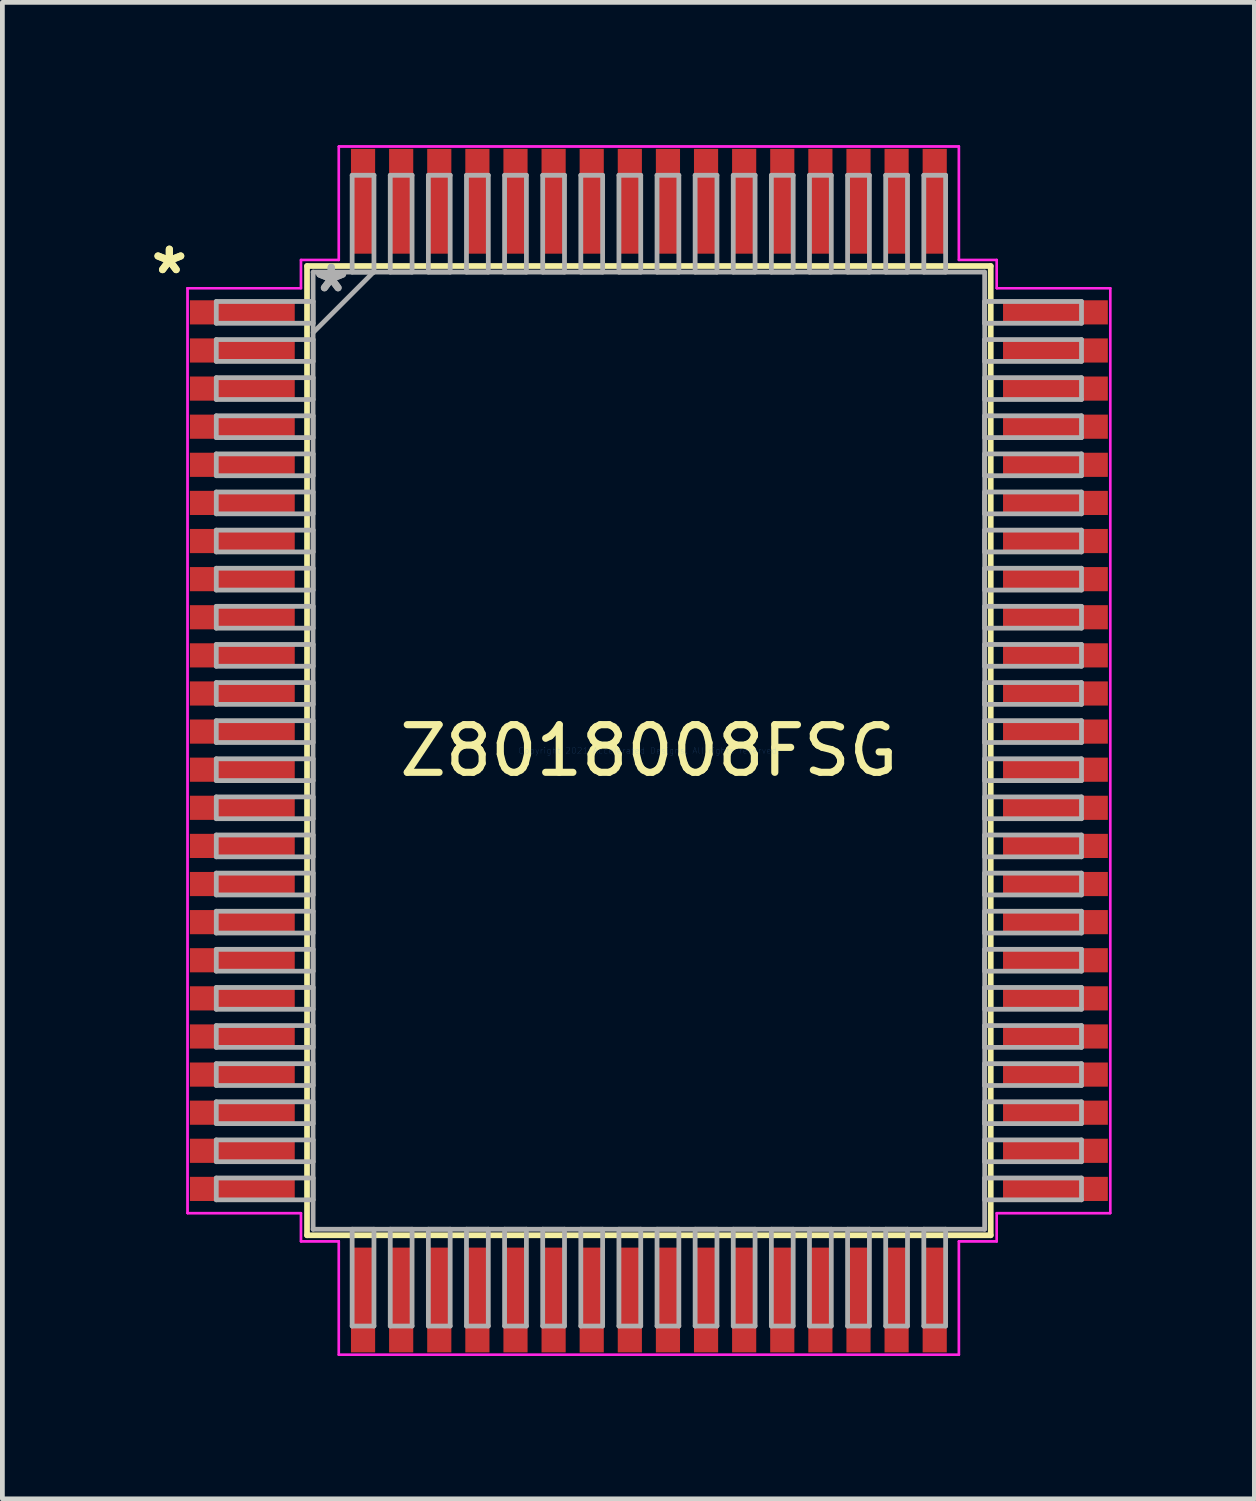
<source format=kicad_pcb>
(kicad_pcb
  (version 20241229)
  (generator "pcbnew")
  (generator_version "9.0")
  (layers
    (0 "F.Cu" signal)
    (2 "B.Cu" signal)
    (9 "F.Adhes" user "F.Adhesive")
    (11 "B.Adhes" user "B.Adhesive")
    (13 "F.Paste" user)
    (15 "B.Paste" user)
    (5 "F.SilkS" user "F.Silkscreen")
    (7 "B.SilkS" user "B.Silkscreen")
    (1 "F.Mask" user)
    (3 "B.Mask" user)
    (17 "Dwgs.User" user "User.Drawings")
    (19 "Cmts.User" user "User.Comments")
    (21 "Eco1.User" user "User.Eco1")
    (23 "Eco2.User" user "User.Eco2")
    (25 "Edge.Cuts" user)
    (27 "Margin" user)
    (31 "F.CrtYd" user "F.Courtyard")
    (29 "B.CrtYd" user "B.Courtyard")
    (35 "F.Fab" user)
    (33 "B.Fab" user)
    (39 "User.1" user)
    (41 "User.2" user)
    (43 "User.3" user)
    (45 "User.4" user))
  (footprint "Z8018008FSG"
    (layer "F.Cu")
    (at 10.571 12.707)
    (property "Reference" "Z8018008FSG" (at 0 0 0) (layer "F.SilkS") (effects (font (size 1 1) (thickness 0.15))))
    (attr through_hole)
    (fp_line (start -7.176 -10.173) (end -7.176 10.173) (stroke (width 0.12) (type solid)) (layer "F.SilkS"))
    (fp_line (start -7.176 10.173) (end 7.176 10.173) (stroke (width 0.12) (type solid)) (layer "F.SilkS"))
    (fp_line (start 7.176 -10.173) (end -7.176 -10.173) (stroke (width 0.12) (type solid)) (layer "F.SilkS"))
    (fp_line (start 7.176 10.173) (end 7.176 -10.173) (stroke (width 0.12) (type solid)) (layer "F.SilkS"))
    (fp_line (start -9.684 -9.708) (end -7.303 -9.708) (stroke (width 0.05) (type solid)) (layer "F.CrtYd"))
    (fp_line (start -9.684 -9.708) (end -7.303 -9.708) (stroke (width 0.05) (type solid)) (layer "F.CrtYd"))
    (fp_line (start -9.684 9.708) (end -9.684 -9.708) (stroke (width 0.05) (type solid)) (layer "F.CrtYd"))
    (fp_line (start -9.684 9.708) (end -9.684 -9.708) (stroke (width 0.05) (type solid)) (layer "F.CrtYd"))
    (fp_line (start -7.303 -10.3) (end -6.508 -10.3) (stroke (width 0.05) (type solid)) (layer "F.CrtYd"))
    (fp_line (start -7.303 -10.3) (end -6.508 -10.3) (stroke (width 0.05) (type solid)) (layer "F.CrtYd"))
    (fp_line (start -7.303 -9.708) (end -7.303 -10.3) (stroke (width 0.05) (type solid)) (layer "F.CrtYd"))
    (fp_line (start -7.303 -9.708) (end -7.303 -10.3) (stroke (width 0.05) (type solid)) (layer "F.CrtYd"))
    (fp_line (start -7.303 9.708) (end -9.684 9.708) (stroke (width 0.05) (type solid)) (layer "F.CrtYd"))
    (fp_line (start -7.303 9.708) (end -9.684 9.708) (stroke (width 0.05) (type solid)) (layer "F.CrtYd"))
    (fp_line (start -7.303 10.3) (end -7.303 9.708) (stroke (width 0.05) (type solid)) (layer "F.CrtYd"))
    (fp_line (start -7.303 10.3) (end -7.303 9.708) (stroke (width 0.05) (type solid)) (layer "F.CrtYd"))
    (fp_line (start -7.303 10.3) (end -6.508 10.3) (stroke (width 0.05) (type solid)) (layer "F.CrtYd"))
    (fp_line (start -6.508 -12.682) (end 6.508 -12.682) (stroke (width 0.05) (type solid)) (layer "F.CrtYd"))
    (fp_line (start -6.508 -12.682) (end 6.508 -12.682) (stroke (width 0.05) (type solid)) (layer "F.CrtYd"))
    (fp_line (start -6.508 -10.3) (end -6.508 -12.682) (stroke (width 0.05) (type solid)) (layer "F.CrtYd"))
    (fp_line (start -6.508 -10.3) (end -6.508 -12.682) (stroke (width 0.05) (type solid)) (layer "F.CrtYd"))
    (fp_line (start -6.508 10.3) (end -7.303 10.3) (stroke (width 0.05) (type solid)) (layer "F.CrtYd"))
    (fp_line (start -6.508 10.3) (end -6.508 12.682) (stroke (width 0.05) (type solid)) (layer "F.CrtYd"))
    (fp_line (start -6.508 12.682) (end -6.508 10.3) (stroke (width 0.05) (type solid)) (layer "F.CrtYd"))
    (fp_line (start -6.508 12.682) (end 6.508 12.682) (stroke (width 0.05) (type solid)) (layer "F.CrtYd"))
    (fp_line (start 6.508 -12.682) (end 6.508 -10.3) (stroke (width 0.05) (type solid)) (layer "F.CrtYd"))
    (fp_line (start 6.508 -12.682) (end 6.508 -10.3) (stroke (width 0.05) (type solid)) (layer "F.CrtYd"))
    (fp_line (start 6.508 -10.3) (end 7.303 -10.3) (stroke (width 0.05) (type solid)) (layer "F.CrtYd"))
    (fp_line (start 6.508 -10.3) (end 7.303 -10.3) (stroke (width 0.05) (type solid)) (layer "F.CrtYd"))
    (fp_line (start 6.508 10.3) (end 6.508 12.682) (stroke (width 0.05) (type solid)) (layer "F.CrtYd"))
    (fp_line (start 6.508 10.3) (end 7.303 10.3) (stroke (width 0.05) (type solid)) (layer "F.CrtYd"))
    (fp_line (start 6.508 12.682) (end -6.508 12.682) (stroke (width 0.05) (type solid)) (layer "F.CrtYd"))
    (fp_line (start 6.508 12.682) (end 6.508 10.3) (stroke (width 0.05) (type solid)) (layer "F.CrtYd"))
    (fp_line (start 7.303 -10.3) (end 7.303 -9.708) (stroke (width 0.05) (type solid)) (layer "F.CrtYd"))
    (fp_line (start 7.303 -9.708) (end 7.303 -10.3) (stroke (width 0.05) (type solid)) (layer "F.CrtYd"))
    (fp_line (start 7.303 -9.708) (end 9.684 -9.708) (stroke (width 0.05) (type solid)) (layer "F.CrtYd"))
    (fp_line (start 7.303 9.708) (end 7.303 10.3) (stroke (width 0.05) (type solid)) (layer "F.CrtYd"))
    (fp_line (start 7.303 9.708) (end 9.684 9.708) (stroke (width 0.05) (type solid)) (layer "F.CrtYd"))
    (fp_line (start 7.303 10.3) (end 6.508 10.3) (stroke (width 0.05) (type solid)) (layer "F.CrtYd"))
    (fp_line (start 7.303 10.3) (end 7.303 9.708) (stroke (width 0.05) (type solid)) (layer "F.CrtYd"))
    (fp_line (start 9.684 -9.708) (end 7.303 -9.708) (stroke (width 0.05) (type solid)) (layer "F.CrtYd"))
    (fp_line (start 9.684 -9.708) (end 9.684 9.708) (stroke (width 0.05) (type solid)) (layer "F.CrtYd"))
    (fp_line (start 9.684 9.708) (end 7.303 9.708) (stroke (width 0.05) (type solid)) (layer "F.CrtYd"))
    (fp_line (start 9.684 9.708) (end 9.684 -9.708) (stroke (width 0.05) (type solid)) (layer "F.CrtYd"))
    (fp_line (start -9.081 -9.429) (end -9.081 -8.971) (stroke (width 0.1) (type solid)) (layer "F.Fab"))
    (fp_line (start -9.081 -8.971) (end -7.048 -8.971) (stroke (width 0.1) (type solid)) (layer "F.Fab"))
    (fp_line (start -9.081 -8.629) (end -9.081 -8.171) (stroke (width 0.1) (type solid)) (layer "F.Fab"))
    (fp_line (start -9.081 -8.171) (end -7.048 -8.171) (stroke (width 0.1) (type solid)) (layer "F.Fab"))
    (fp_line (start -9.081 -7.829) (end -9.081 -7.371) (stroke (width 0.1) (type solid)) (layer "F.Fab"))
    (fp_line (start -9.081 -7.371) (end -7.048 -7.371) (stroke (width 0.1) (type solid)) (layer "F.Fab"))
    (fp_line (start -9.081 -7.029) (end -9.081 -6.571) (stroke (width 0.1) (type solid)) (layer "F.Fab"))
    (fp_line (start -9.081 -6.571) (end -7.048 -6.571) (stroke (width 0.1) (type solid)) (layer "F.Fab"))
    (fp_line (start -9.081 -6.229) (end -9.081 -5.771) (stroke (width 0.1) (type solid)) (layer "F.Fab"))
    (fp_line (start -9.081 -5.771) (end -7.048 -5.771) (stroke (width 0.1) (type solid)) (layer "F.Fab"))
    (fp_line (start -9.081 -5.429) (end -9.081 -4.971) (stroke (width 0.1) (type solid)) (layer "F.Fab"))
    (fp_line (start -9.081 -4.971) (end -7.048 -4.971) (stroke (width 0.1) (type solid)) (layer "F.Fab"))
    (fp_line (start -9.081 -4.629) (end -9.081 -4.171) (stroke (width 0.1) (type solid)) (layer "F.Fab"))
    (fp_line (start -9.081 -4.171) (end -7.048 -4.171) (stroke (width 0.1) (type solid)) (layer "F.Fab"))
    (fp_line (start -9.081 -3.829) (end -9.081 -3.371) (stroke (width 0.1) (type solid)) (layer "F.Fab"))
    (fp_line (start -9.081 -3.371) (end -7.048 -3.371) (stroke (width 0.1) (type solid)) (layer "F.Fab"))
    (fp_line (start -9.081 -3.029) (end -9.081 -2.571) (stroke (width 0.1) (type solid)) (layer "F.Fab"))
    (fp_line (start -9.081 -2.571) (end -7.048 -2.571) (stroke (width 0.1) (type solid)) (layer "F.Fab"))
    (fp_line (start -9.081 -2.229) (end -9.081 -1.771) (stroke (width 0.1) (type solid)) (layer "F.Fab"))
    (fp_line (start -9.081 -1.771) (end -7.048 -1.771) (stroke (width 0.1) (type solid)) (layer "F.Fab"))
    (fp_line (start -9.081 -1.429) (end -9.081 -0.971) (stroke (width 0.1) (type solid)) (layer "F.Fab"))
    (fp_line (start -9.081 -0.971) (end -7.048 -0.971) (stroke (width 0.1) (type solid)) (layer "F.Fab"))
    (fp_line (start -9.081 -0.629) (end -9.081 -0.171) (stroke (width 0.1) (type solid)) (layer "F.Fab"))
    (fp_line (start -9.081 -0.171) (end -7.048 -0.171) (stroke (width 0.1) (type solid)) (layer "F.Fab"))
    (fp_line (start -9.081 0.171) (end -9.081 0.629) (stroke (width 0.1) (type solid)) (layer "F.Fab"))
    (fp_line (start -9.081 0.629) (end -7.048 0.629) (stroke (width 0.1) (type solid)) (layer "F.Fab"))
    (fp_line (start -9.081 0.971) (end -9.081 1.429) (stroke (width 0.1) (type solid)) (layer "F.Fab"))
    (fp_line (start -9.081 1.429) (end -7.048 1.429) (stroke (width 0.1) (type solid)) (layer "F.Fab"))
    (fp_line (start -9.081 1.771) (end -9.081 2.229) (stroke (width 0.1) (type solid)) (layer "F.Fab"))
    (fp_line (start -9.081 2.229) (end -7.048 2.229) (stroke (width 0.1) (type solid)) (layer "F.Fab"))
    (fp_line (start -9.081 2.571) (end -9.081 3.029) (stroke (width 0.1) (type solid)) (layer "F.Fab"))
    (fp_line (start -9.081 3.029) (end -7.048 3.029) (stroke (width 0.1) (type solid)) (layer "F.Fab"))
    (fp_line (start -9.081 3.371) (end -9.081 3.829) (stroke (width 0.1) (type solid)) (layer "F.Fab"))
    (fp_line (start -9.081 3.829) (end -7.048 3.829) (stroke (width 0.1) (type solid)) (layer "F.Fab"))
    (fp_line (start -9.081 4.171) (end -9.081 4.629) (stroke (width 0.1) (type solid)) (layer "F.Fab"))
    (fp_line (start -9.081 4.629) (end -7.048 4.629) (stroke (width 0.1) (type solid)) (layer "F.Fab"))
    (fp_line (start -9.081 4.971) (end -9.081 5.429) (stroke (width 0.1) (type solid)) (layer "F.Fab"))
    (fp_line (start -9.081 5.429) (end -7.048 5.429) (stroke (width 0.1) (type solid)) (layer "F.Fab"))
    (fp_line (start -9.081 5.771) (end -9.081 6.229) (stroke (width 0.1) (type solid)) (layer "F.Fab"))
    (fp_line (start -9.081 6.229) (end -7.048 6.229) (stroke (width 0.1) (type solid)) (layer "F.Fab"))
    (fp_line (start -9.081 6.571) (end -9.081 7.029) (stroke (width 0.1) (type solid)) (layer "F.Fab"))
    (fp_line (start -9.081 7.029) (end -7.048 7.029) (stroke (width 0.1) (type solid)) (layer "F.Fab"))
    (fp_line (start -9.081 7.371) (end -9.081 7.829) (stroke (width 0.1) (type solid)) (layer "F.Fab"))
    (fp_line (start -9.081 7.829) (end -7.048 7.829) (stroke (width 0.1) (type solid)) (layer "F.Fab"))
    (fp_line (start -9.081 8.171) (end -9.081 8.629) (stroke (width 0.1) (type solid)) (layer "F.Fab"))
    (fp_line (start -9.081 8.629) (end -7.048 8.629) (stroke (width 0.1) (type solid)) (layer "F.Fab"))
    (fp_line (start -9.081 8.971) (end -9.081 9.429) (stroke (width 0.1) (type solid)) (layer "F.Fab"))
    (fp_line (start -9.081 9.429) (end -7.048 9.429) (stroke (width 0.1) (type solid)) (layer "F.Fab"))
    (fp_line (start -7.048 -10.046) (end -7.048 10.046) (stroke (width 0.1) (type solid)) (layer "F.Fab"))
    (fp_line (start -7.048 -9.429) (end -9.081 -9.429) (stroke (width 0.1) (type solid)) (layer "F.Fab"))
    (fp_line (start -7.048 -8.971) (end -7.048 -9.429) (stroke (width 0.1) (type solid)) (layer "F.Fab"))
    (fp_line (start -7.048 -8.776) (end -5.779 -10.046) (stroke (width 0.1) (type solid)) (layer "F.Fab"))
    (fp_line (start -7.048 -8.629) (end -9.081 -8.629) (stroke (width 0.1) (type solid)) (layer "F.Fab"))
    (fp_line (start -7.048 -8.171) (end -7.048 -8.629) (stroke (width 0.1) (type solid)) (layer "F.Fab"))
    (fp_line (start -7.048 -7.829) (end -9.081 -7.829) (stroke (width 0.1) (type solid)) (layer "F.Fab"))
    (fp_line (start -7.048 -7.371) (end -7.048 -7.829) (stroke (width 0.1) (type solid)) (layer "F.Fab"))
    (fp_line (start -7.048 -7.029) (end -9.081 -7.029) (stroke (width 0.1) (type solid)) (layer "F.Fab"))
    (fp_line (start -7.048 -6.571) (end -7.048 -7.029) (stroke (width 0.1) (type solid)) (layer "F.Fab"))
    (fp_line (start -7.048 -6.229) (end -9.081 -6.229) (stroke (width 0.1) (type solid)) (layer "F.Fab"))
    (fp_line (start -7.048 -5.771) (end -7.048 -6.229) (stroke (width 0.1) (type solid)) (layer "F.Fab"))
    (fp_line (start -7.048 -5.429) (end -9.081 -5.429) (stroke (width 0.1) (type solid)) (layer "F.Fab"))
    (fp_line (start -7.048 -4.971) (end -7.048 -5.429) (stroke (width 0.1) (type solid)) (layer "F.Fab"))
    (fp_line (start -7.048 -4.629) (end -9.081 -4.629) (stroke (width 0.1) (type solid)) (layer "F.Fab"))
    (fp_line (start -7.048 -4.171) (end -7.048 -4.629) (stroke (width 0.1) (type solid)) (layer "F.Fab"))
    (fp_line (start -7.048 -3.829) (end -9.081 -3.829) (stroke (width 0.1) (type solid)) (layer "F.Fab"))
    (fp_line (start -7.048 -3.371) (end -7.048 -3.829) (stroke (width 0.1) (type solid)) (layer "F.Fab"))
    (fp_line (start -7.048 -3.029) (end -9.081 -3.029) (stroke (width 0.1) (type solid)) (layer "F.Fab"))
    (fp_line (start -7.048 -2.571) (end -7.048 -3.029) (stroke (width 0.1) (type solid)) (layer "F.Fab"))
    (fp_line (start -7.048 -2.229) (end -9.081 -2.229) (stroke (width 0.1) (type solid)) (layer "F.Fab"))
    (fp_line (start -7.048 -1.771) (end -7.048 -2.229) (stroke (width 0.1) (type solid)) (layer "F.Fab"))
    (fp_line (start -7.048 -1.429) (end -9.081 -1.429) (stroke (width 0.1) (type solid)) (layer "F.Fab"))
    (fp_line (start -7.048 -0.971) (end -7.048 -1.429) (stroke (width 0.1) (type solid)) (layer "F.Fab"))
    (fp_line (start -7.048 -0.629) (end -9.081 -0.629) (stroke (width 0.1) (type solid)) (layer "F.Fab"))
    (fp_line (start -7.048 -0.171) (end -7.048 -0.629) (stroke (width 0.1) (type solid)) (layer "F.Fab"))
    (fp_line (start -7.048 0.171) (end -9.081 0.171) (stroke (width 0.1) (type solid)) (layer "F.Fab"))
    (fp_line (start -7.048 0.629) (end -7.048 0.171) (stroke (width 0.1) (type solid)) (layer "F.Fab"))
    (fp_line (start -7.048 0.971) (end -9.081 0.971) (stroke (width 0.1) (type solid)) (layer "F.Fab"))
    (fp_line (start -7.048 1.429) (end -7.048 0.971) (stroke (width 0.1) (type solid)) (layer "F.Fab"))
    (fp_line (start -7.048 1.771) (end -9.081 1.771) (stroke (width 0.1) (type solid)) (layer "F.Fab"))
    (fp_line (start -7.048 2.229) (end -7.048 1.771) (stroke (width 0.1) (type solid)) (layer "F.Fab"))
    (fp_line (start -7.048 2.571) (end -9.081 2.571) (stroke (width 0.1) (type solid)) (layer "F.Fab"))
    (fp_line (start -7.048 3.029) (end -7.048 2.571) (stroke (width 0.1) (type solid)) (layer "F.Fab"))
    (fp_line (start -7.048 3.371) (end -9.081 3.371) (stroke (width 0.1) (type solid)) (layer "F.Fab"))
    (fp_line (start -7.048 3.829) (end -7.048 3.371) (stroke (width 0.1) (type solid)) (layer "F.Fab"))
    (fp_line (start -7.048 4.171) (end -9.081 4.171) (stroke (width 0.1) (type solid)) (layer "F.Fab"))
    (fp_line (start -7.048 4.629) (end -7.048 4.171) (stroke (width 0.1) (type solid)) (layer "F.Fab"))
    (fp_line (start -7.048 4.971) (end -9.081 4.971) (stroke (width 0.1) (type solid)) (layer "F.Fab"))
    (fp_line (start -7.048 5.429) (end -7.048 4.971) (stroke (width 0.1) (type solid)) (layer "F.Fab"))
    (fp_line (start -7.048 5.771) (end -9.081 5.771) (stroke (width 0.1) (type solid)) (layer "F.Fab"))
    (fp_line (start -7.048 6.229) (end -7.048 5.771) (stroke (width 0.1) (type solid)) (layer "F.Fab"))
    (fp_line (start -7.048 6.571) (end -9.081 6.571) (stroke (width 0.1) (type solid)) (layer "F.Fab"))
    (fp_line (start -7.048 7.029) (end -7.048 6.571) (stroke (width 0.1) (type solid)) (layer "F.Fab"))
    (fp_line (start -7.048 7.371) (end -9.081 7.371) (stroke (width 0.1) (type solid)) (layer "F.Fab"))
    (fp_line (start -7.048 7.829) (end -7.048 7.371) (stroke (width 0.1) (type solid)) (layer "F.Fab"))
    (fp_line (start -7.048 8.171) (end -9.081 8.171) (stroke (width 0.1) (type solid)) (layer "F.Fab"))
    (fp_line (start -7.048 8.629) (end -7.048 8.171) (stroke (width 0.1) (type solid)) (layer "F.Fab"))
    (fp_line (start -7.048 8.971) (end -9.081 8.971) (stroke (width 0.1) (type solid)) (layer "F.Fab"))
    (fp_line (start -7.048 9.429) (end -7.048 8.971) (stroke (width 0.1) (type solid)) (layer "F.Fab"))
    (fp_line (start -7.048 10.046) (end 7.048 10.046) (stroke (width 0.1) (type solid)) (layer "F.Fab"))
    (fp_line (start -6.229 -12.078) (end -6.229 -10.046) (stroke (width 0.1) (type solid)) (layer "F.Fab"))
    (fp_line (start -6.229 -10.046) (end -5.771 -10.046) (stroke (width 0.1) (type solid)) (layer "F.Fab"))
    (fp_line (start -6.229 10.046) (end -6.229 12.078) (stroke (width 0.1) (type solid)) (layer "F.Fab"))
    (fp_line (start -6.229 12.078) (end -5.771 12.078) (stroke (width 0.1) (type solid)) (layer "F.Fab"))
    (fp_line (start -5.771 -12.078) (end -6.229 -12.078) (stroke (width 0.1) (type solid)) (layer "F.Fab"))
    (fp_line (start -5.771 -10.046) (end -5.771 -12.078) (stroke (width 0.1) (type solid)) (layer "F.Fab"))
    (fp_line (start -5.771 10.046) (end -6.229 10.046) (stroke (width 0.1) (type solid)) (layer "F.Fab"))
    (fp_line (start -5.771 12.078) (end -5.771 10.046) (stroke (width 0.1) (type solid)) (layer "F.Fab"))
    (fp_line (start -5.429 -12.078) (end -5.429 -10.046) (stroke (width 0.1) (type solid)) (layer "F.Fab"))
    (fp_line (start -5.429 -10.046) (end -4.971 -10.046) (stroke (width 0.1) (type solid)) (layer "F.Fab"))
    (fp_line (start -5.429 10.046) (end -5.429 12.078) (stroke (width 0.1) (type solid)) (layer "F.Fab"))
    (fp_line (start -5.429 12.078) (end -4.971 12.078) (stroke (width 0.1) (type solid)) (layer "F.Fab"))
    (fp_line (start -4.971 -12.078) (end -5.429 -12.078) (stroke (width 0.1) (type solid)) (layer "F.Fab"))
    (fp_line (start -4.971 -10.046) (end -4.971 -12.078) (stroke (width 0.1) (type solid)) (layer "F.Fab"))
    (fp_line (start -4.971 10.046) (end -5.429 10.046) (stroke (width 0.1) (type solid)) (layer "F.Fab"))
    (fp_line (start -4.971 12.078) (end -4.971 10.046) (stroke (width 0.1) (type solid)) (layer "F.Fab"))
    (fp_line (start -4.629 -12.078) (end -4.629 -10.046) (stroke (width 0.1) (type solid)) (layer "F.Fab"))
    (fp_line (start -4.629 -10.046) (end -4.171 -10.046) (stroke (width 0.1) (type solid)) (layer "F.Fab"))
    (fp_line (start -4.629 10.046) (end -4.629 12.078) (stroke (width 0.1) (type solid)) (layer "F.Fab"))
    (fp_line (start -4.629 12.078) (end -4.171 12.078) (stroke (width 0.1) (type solid)) (layer "F.Fab"))
    (fp_line (start -4.171 -12.078) (end -4.629 -12.078) (stroke (width 0.1) (type solid)) (layer "F.Fab"))
    (fp_line (start -4.171 -10.046) (end -4.171 -12.078) (stroke (width 0.1) (type solid)) (layer "F.Fab"))
    (fp_line (start -4.171 10.046) (end -4.629 10.046) (stroke (width 0.1) (type solid)) (layer "F.Fab"))
    (fp_line (start -4.171 12.078) (end -4.171 10.046) (stroke (width 0.1) (type solid)) (layer "F.Fab"))
    (fp_line (start -3.829 -12.078) (end -3.829 -10.046) (stroke (width 0.1) (type solid)) (layer "F.Fab"))
    (fp_line (start -3.829 -10.046) (end -3.371 -10.046) (stroke (width 0.1) (type solid)) (layer "F.Fab"))
    (fp_line (start -3.829 10.046) (end -3.829 12.078) (stroke (width 0.1) (type solid)) (layer "F.Fab"))
    (fp_line (start -3.829 12.078) (end -3.371 12.078) (stroke (width 0.1) (type solid)) (layer "F.Fab"))
    (fp_line (start -3.371 -12.078) (end -3.829 -12.078) (stroke (width 0.1) (type solid)) (layer "F.Fab"))
    (fp_line (start -3.371 -10.046) (end -3.371 -12.078) (stroke (width 0.1) (type solid)) (layer "F.Fab"))
    (fp_line (start -3.371 10.046) (end -3.829 10.046) (stroke (width 0.1) (type solid)) (layer "F.Fab"))
    (fp_line (start -3.371 12.078) (end -3.371 10.046) (stroke (width 0.1) (type solid)) (layer "F.Fab"))
    (fp_line (start -3.029 -12.078) (end -3.029 -10.046) (stroke (width 0.1) (type solid)) (layer "F.Fab"))
    (fp_line (start -3.029 -10.046) (end -2.571 -10.046) (stroke (width 0.1) (type solid)) (layer "F.Fab"))
    (fp_line (start -3.029 10.046) (end -3.029 12.078) (stroke (width 0.1) (type solid)) (layer "F.Fab"))
    (fp_line (start -3.029 12.078) (end -2.571 12.078) (stroke (width 0.1) (type solid)) (layer "F.Fab"))
    (fp_line (start -2.571 -12.078) (end -3.029 -12.078) (stroke (width 0.1) (type solid)) (layer "F.Fab"))
    (fp_line (start -2.571 -10.046) (end -2.571 -12.078) (stroke (width 0.1) (type solid)) (layer "F.Fab"))
    (fp_line (start -2.571 10.046) (end -3.029 10.046) (stroke (width 0.1) (type solid)) (layer "F.Fab"))
    (fp_line (start -2.571 12.078) (end -2.571 10.046) (stroke (width 0.1) (type solid)) (layer "F.Fab"))
    (fp_line (start -2.229 -12.078) (end -2.229 -10.046) (stroke (width 0.1) (type solid)) (layer "F.Fab"))
    (fp_line (start -2.229 -10.046) (end -1.771 -10.046) (stroke (width 0.1) (type solid)) (layer "F.Fab"))
    (fp_line (start -2.229 10.046) (end -2.229 12.078) (stroke (width 0.1) (type solid)) (layer "F.Fab"))
    (fp_line (start -2.229 12.078) (end -1.771 12.078) (stroke (width 0.1) (type solid)) (layer "F.Fab"))
    (fp_line (start -1.771 -12.078) (end -2.229 -12.078) (stroke (width 0.1) (type solid)) (layer "F.Fab"))
    (fp_line (start -1.771 -10.046) (end -1.771 -12.078) (stroke (width 0.1) (type solid)) (layer "F.Fab"))
    (fp_line (start -1.771 10.046) (end -2.229 10.046) (stroke (width 0.1) (type solid)) (layer "F.Fab"))
    (fp_line (start -1.771 12.078) (end -1.771 10.046) (stroke (width 0.1) (type solid)) (layer "F.Fab"))
    (fp_line (start -1.429 -12.078) (end -1.429 -10.046) (stroke (width 0.1) (type solid)) (layer "F.Fab"))
    (fp_line (start -1.429 -10.046) (end -0.971 -10.046) (stroke (width 0.1) (type solid)) (layer "F.Fab"))
    (fp_line (start -1.429 10.046) (end -1.429 12.078) (stroke (width 0.1) (type solid)) (layer "F.Fab"))
    (fp_line (start -1.429 12.078) (end -0.971 12.078) (stroke (width 0.1) (type solid)) (layer "F.Fab"))
    (fp_line (start -0.971 -12.078) (end -1.429 -12.078) (stroke (width 0.1) (type solid)) (layer "F.Fab"))
    (fp_line (start -0.971 -10.046) (end -0.971 -12.078) (stroke (width 0.1) (type solid)) (layer "F.Fab"))
    (fp_line (start -0.971 10.046) (end -1.429 10.046) (stroke (width 0.1) (type solid)) (layer "F.Fab"))
    (fp_line (start -0.971 12.078) (end -0.971 10.046) (stroke (width 0.1) (type solid)) (layer "F.Fab"))
    (fp_line (start -0.629 -12.078) (end -0.629 -10.046) (stroke (width 0.1) (type solid)) (layer "F.Fab"))
    (fp_line (start -0.629 -10.046) (end -0.171 -10.046) (stroke (width 0.1) (type solid)) (layer "F.Fab"))
    (fp_line (start -0.629 10.046) (end -0.629 12.078) (stroke (width 0.1) (type solid)) (layer "F.Fab"))
    (fp_line (start -0.629 12.078) (end -0.171 12.078) (stroke (width 0.1) (type solid)) (layer "F.Fab"))
    (fp_line (start -0.171 -12.078) (end -0.629 -12.078) (stroke (width 0.1) (type solid)) (layer "F.Fab"))
    (fp_line (start -0.171 -10.046) (end -0.171 -12.078) (stroke (width 0.1) (type solid)) (layer "F.Fab"))
    (fp_line (start -0.171 10.046) (end -0.629 10.046) (stroke (width 0.1) (type solid)) (layer "F.Fab"))
    (fp_line (start -0.171 12.078) (end -0.171 10.046) (stroke (width 0.1) (type solid)) (layer "F.Fab"))
    (fp_line (start 0.171 -12.078) (end 0.171 -10.046) (stroke (width 0.1) (type solid)) (layer "F.Fab"))
    (fp_line (start 0.171 -10.046) (end 0.629 -10.046) (stroke (width 0.1) (type solid)) (layer "F.Fab"))
    (fp_line (start 0.171 10.046) (end 0.171 12.078) (stroke (width 0.1) (type solid)) (layer "F.Fab"))
    (fp_line (start 0.171 12.078) (end 0.629 12.078) (stroke (width 0.1) (type solid)) (layer "F.Fab"))
    (fp_line (start 0.629 -12.078) (end 0.171 -12.078) (stroke (width 0.1) (type solid)) (layer "F.Fab"))
    (fp_line (start 0.629 -10.046) (end 0.629 -12.078) (stroke (width 0.1) (type solid)) (layer "F.Fab"))
    (fp_line (start 0.629 10.046) (end 0.171 10.046) (stroke (width 0.1) (type solid)) (layer "F.Fab"))
    (fp_line (start 0.629 12.078) (end 0.629 10.046) (stroke (width 0.1) (type solid)) (layer "F.Fab"))
    (fp_line (start 0.971 -12.078) (end 0.971 -10.046) (stroke (width 0.1) (type solid)) (layer "F.Fab"))
    (fp_line (start 0.971 -10.046) (end 1.429 -10.046) (stroke (width 0.1) (type solid)) (layer "F.Fab"))
    (fp_line (start 0.971 10.046) (end 0.971 12.078) (stroke (width 0.1) (type solid)) (layer "F.Fab"))
    (fp_line (start 0.971 12.078) (end 1.429 12.078) (stroke (width 0.1) (type solid)) (layer "F.Fab"))
    (fp_line (start 1.429 -12.078) (end 0.971 -12.078) (stroke (width 0.1) (type solid)) (layer "F.Fab"))
    (fp_line (start 1.429 -10.046) (end 1.429 -12.078) (stroke (width 0.1) (type solid)) (layer "F.Fab"))
    (fp_line (start 1.429 10.046) (end 0.971 10.046) (stroke (width 0.1) (type solid)) (layer "F.Fab"))
    (fp_line (start 1.429 12.078) (end 1.429 10.046) (stroke (width 0.1) (type solid)) (layer "F.Fab"))
    (fp_line (start 1.771 -12.078) (end 1.771 -10.046) (stroke (width 0.1) (type solid)) (layer "F.Fab"))
    (fp_line (start 1.771 -10.046) (end 2.229 -10.046) (stroke (width 0.1) (type solid)) (layer "F.Fab"))
    (fp_line (start 1.771 10.046) (end 1.771 12.078) (stroke (width 0.1) (type solid)) (layer "F.Fab"))
    (fp_line (start 1.771 12.078) (end 2.229 12.078) (stroke (width 0.1) (type solid)) (layer "F.Fab"))
    (fp_line (start 2.229 -12.078) (end 1.771 -12.078) (stroke (width 0.1) (type solid)) (layer "F.Fab"))
    (fp_line (start 2.229 -10.046) (end 2.229 -12.078) (stroke (width 0.1) (type solid)) (layer "F.Fab"))
    (fp_line (start 2.229 10.046) (end 1.771 10.046) (stroke (width 0.1) (type solid)) (layer "F.Fab"))
    (fp_line (start 2.229 12.078) (end 2.229 10.046) (stroke (width 0.1) (type solid)) (layer "F.Fab"))
    (fp_line (start 2.571 -12.078) (end 2.571 -10.046) (stroke (width 0.1) (type solid)) (layer "F.Fab"))
    (fp_line (start 2.571 -10.046) (end 3.029 -10.046) (stroke (width 0.1) (type solid)) (layer "F.Fab"))
    (fp_line (start 2.571 10.046) (end 2.571 12.078) (stroke (width 0.1) (type solid)) (layer "F.Fab"))
    (fp_line (start 2.571 12.078) (end 3.029 12.078) (stroke (width 0.1) (type solid)) (layer "F.Fab"))
    (fp_line (start 3.029 -12.078) (end 2.571 -12.078) (stroke (width 0.1) (type solid)) (layer "F.Fab"))
    (fp_line (start 3.029 -10.046) (end 3.029 -12.078) (stroke (width 0.1) (type solid)) (layer "F.Fab"))
    (fp_line (start 3.029 10.046) (end 2.571 10.046) (stroke (width 0.1) (type solid)) (layer "F.Fab"))
    (fp_line (start 3.029 12.078) (end 3.029 10.046) (stroke (width 0.1) (type solid)) (layer "F.Fab"))
    (fp_line (start 3.371 -12.078) (end 3.371 -10.046) (stroke (width 0.1) (type solid)) (layer "F.Fab"))
    (fp_line (start 3.371 -10.046) (end 3.829 -10.046) (stroke (width 0.1) (type solid)) (layer "F.Fab"))
    (fp_line (start 3.371 10.046) (end 3.371 12.078) (stroke (width 0.1) (type solid)) (layer "F.Fab"))
    (fp_line (start 3.371 12.078) (end 3.829 12.078) (stroke (width 0.1) (type solid)) (layer "F.Fab"))
    (fp_line (start 3.829 -12.078) (end 3.371 -12.078) (stroke (width 0.1) (type solid)) (layer "F.Fab"))
    (fp_line (start 3.829 -10.046) (end 3.829 -12.078) (stroke (width 0.1) (type solid)) (layer "F.Fab"))
    (fp_line (start 3.829 10.046) (end 3.371 10.046) (stroke (width 0.1) (type solid)) (layer "F.Fab"))
    (fp_line (start 3.829 12.078) (end 3.829 10.046) (stroke (width 0.1) (type solid)) (layer "F.Fab"))
    (fp_line (start 4.171 -12.078) (end 4.171 -10.046) (stroke (width 0.1) (type solid)) (layer "F.Fab"))
    (fp_line (start 4.171 -10.046) (end 4.629 -10.046) (stroke (width 0.1) (type solid)) (layer "F.Fab"))
    (fp_line (start 4.171 10.046) (end 4.171 12.078) (stroke (width 0.1) (type solid)) (layer "F.Fab"))
    (fp_line (start 4.171 12.078) (end 4.629 12.078) (stroke (width 0.1) (type solid)) (layer "F.Fab"))
    (fp_line (start 4.629 -12.078) (end 4.171 -12.078) (stroke (width 0.1) (type solid)) (layer "F.Fab"))
    (fp_line (start 4.629 -10.046) (end 4.629 -12.078) (stroke (width 0.1) (type solid)) (layer "F.Fab"))
    (fp_line (start 4.629 10.046) (end 4.171 10.046) (stroke (width 0.1) (type solid)) (layer "F.Fab"))
    (fp_line (start 4.629 12.078) (end 4.629 10.046) (stroke (width 0.1) (type solid)) (layer "F.Fab"))
    (fp_line (start 4.971 -12.078) (end 4.971 -10.046) (stroke (width 0.1) (type solid)) (layer "F.Fab"))
    (fp_line (start 4.971 -10.046) (end 5.429 -10.046) (stroke (width 0.1) (type solid)) (layer "F.Fab"))
    (fp_line (start 4.971 10.046) (end 4.971 12.078) (stroke (width 0.1) (type solid)) (layer "F.Fab"))
    (fp_line (start 4.971 12.078) (end 5.429 12.078) (stroke (width 0.1) (type solid)) (layer "F.Fab"))
    (fp_line (start 5.429 -12.078) (end 4.971 -12.078) (stroke (width 0.1) (type solid)) (layer "F.Fab"))
    (fp_line (start 5.429 -10.046) (end 5.429 -12.078) (stroke (width 0.1) (type solid)) (layer "F.Fab"))
    (fp_line (start 5.429 10.046) (end 4.971 10.046) (stroke (width 0.1) (type solid)) (layer "F.Fab"))
    (fp_line (start 5.429 12.078) (end 5.429 10.046) (stroke (width 0.1) (type solid)) (layer "F.Fab"))
    (fp_line (start 5.771 -12.078) (end 5.771 -10.046) (stroke (width 0.1) (type solid)) (layer "F.Fab"))
    (fp_line (start 5.771 -10.046) (end 6.229 -10.046) (stroke (width 0.1) (type solid)) (layer "F.Fab"))
    (fp_line (start 5.771 10.046) (end 5.771 12.078) (stroke (width 0.1) (type solid)) (layer "F.Fab"))
    (fp_line (start 5.771 12.078) (end 6.229 12.078) (stroke (width 0.1) (type solid)) (layer "F.Fab"))
    (fp_line (start 6.229 -12.078) (end 5.771 -12.078) (stroke (width 0.1) (type solid)) (layer "F.Fab"))
    (fp_line (start 6.229 -10.046) (end 6.229 -12.078) (stroke (width 0.1) (type solid)) (layer "F.Fab"))
    (fp_line (start 6.229 10.046) (end 5.771 10.046) (stroke (width 0.1) (type solid)) (layer "F.Fab"))
    (fp_line (start 6.229 12.078) (end 6.229 10.046) (stroke (width 0.1) (type solid)) (layer "F.Fab"))
    (fp_line (start 7.048 -10.046) (end -7.048 -10.046) (stroke (width 0.1) (type solid)) (layer "F.Fab"))
    (fp_line (start 7.048 -9.429) (end 7.048 -8.971) (stroke (width 0.1) (type solid)) (layer "F.Fab"))
    (fp_line (start 7.048 -8.971) (end 9.081 -8.971) (stroke (width 0.1) (type solid)) (layer "F.Fab"))
    (fp_line (start 7.048 -8.629) (end 7.048 -8.171) (stroke (width 0.1) (type solid)) (layer "F.Fab"))
    (fp_line (start 7.048 -8.171) (end 9.081 -8.171) (stroke (width 0.1) (type solid)) (layer "F.Fab"))
    (fp_line (start 7.048 -7.829) (end 7.048 -7.371) (stroke (width 0.1) (type solid)) (layer "F.Fab"))
    (fp_line (start 7.048 -7.371) (end 9.081 -7.371) (stroke (width 0.1) (type solid)) (layer "F.Fab"))
    (fp_line (start 7.048 -7.029) (end 7.048 -6.571) (stroke (width 0.1) (type solid)) (layer "F.Fab"))
    (fp_line (start 7.048 -6.571) (end 9.081 -6.571) (stroke (width 0.1) (type solid)) (layer "F.Fab"))
    (fp_line (start 7.048 -6.229) (end 7.048 -5.771) (stroke (width 0.1) (type solid)) (layer "F.Fab"))
    (fp_line (start 7.048 -5.771) (end 9.081 -5.771) (stroke (width 0.1) (type solid)) (layer "F.Fab"))
    (fp_line (start 7.048 -5.429) (end 7.048 -4.971) (stroke (width 0.1) (type solid)) (layer "F.Fab"))
    (fp_line (start 7.048 -4.971) (end 9.081 -4.971) (stroke (width 0.1) (type solid)) (layer "F.Fab"))
    (fp_line (start 7.048 -4.629) (end 7.048 -4.171) (stroke (width 0.1) (type solid)) (layer "F.Fab"))
    (fp_line (start 7.048 -4.171) (end 9.081 -4.171) (stroke (width 0.1) (type solid)) (layer "F.Fab"))
    (fp_line (start 7.048 -3.829) (end 7.048 -3.371) (stroke (width 0.1) (type solid)) (layer "F.Fab"))
    (fp_line (start 7.048 -3.371) (end 9.081 -3.371) (stroke (width 0.1) (type solid)) (layer "F.Fab"))
    (fp_line (start 7.048 -3.029) (end 7.048 -2.571) (stroke (width 0.1) (type solid)) (layer "F.Fab"))
    (fp_line (start 7.048 -2.571) (end 9.081 -2.571) (stroke (width 0.1) (type solid)) (layer "F.Fab"))
    (fp_line (start 7.048 -2.229) (end 7.048 -1.771) (stroke (width 0.1) (type solid)) (layer "F.Fab"))
    (fp_line (start 7.048 -1.771) (end 9.081 -1.771) (stroke (width 0.1) (type solid)) (layer "F.Fab"))
    (fp_line (start 7.048 -1.429) (end 7.048 -0.971) (stroke (width 0.1) (type solid)) (layer "F.Fab"))
    (fp_line (start 7.048 -0.971) (end 9.081 -0.971) (stroke (width 0.1) (type solid)) (layer "F.Fab"))
    (fp_line (start 7.048 -0.629) (end 7.048 -0.171) (stroke (width 0.1) (type solid)) (layer "F.Fab"))
    (fp_line (start 7.048 -0.171) (end 9.081 -0.171) (stroke (width 0.1) (type solid)) (layer "F.Fab"))
    (fp_line (start 7.048 0.171) (end 7.048 0.629) (stroke (width 0.1) (type solid)) (layer "F.Fab"))
    (fp_line (start 7.048 0.629) (end 9.081 0.629) (stroke (width 0.1) (type solid)) (layer "F.Fab"))
    (fp_line (start 7.048 0.971) (end 7.048 1.429) (stroke (width 0.1) (type solid)) (layer "F.Fab"))
    (fp_line (start 7.048 1.429) (end 9.081 1.429) (stroke (width 0.1) (type solid)) (layer "F.Fab"))
    (fp_line (start 7.048 1.771) (end 7.048 2.229) (stroke (width 0.1) (type solid)) (layer "F.Fab"))
    (fp_line (start 7.048 2.229) (end 9.081 2.229) (stroke (width 0.1) (type solid)) (layer "F.Fab"))
    (fp_line (start 7.048 2.571) (end 7.048 3.029) (stroke (width 0.1) (type solid)) (layer "F.Fab"))
    (fp_line (start 7.048 3.029) (end 9.081 3.029) (stroke (width 0.1) (type solid)) (layer "F.Fab"))
    (fp_line (start 7.048 3.371) (end 7.048 3.829) (stroke (width 0.1) (type solid)) (layer "F.Fab"))
    (fp_line (start 7.048 3.829) (end 9.081 3.829) (stroke (width 0.1) (type solid)) (layer "F.Fab"))
    (fp_line (start 7.048 4.171) (end 7.048 4.629) (stroke (width 0.1) (type solid)) (layer "F.Fab"))
    (fp_line (start 7.048 4.629) (end 9.081 4.629) (stroke (width 0.1) (type solid)) (layer "F.Fab"))
    (fp_line (start 7.048 4.971) (end 7.048 5.429) (stroke (width 0.1) (type solid)) (layer "F.Fab"))
    (fp_line (start 7.048 5.429) (end 9.081 5.429) (stroke (width 0.1) (type solid)) (layer "F.Fab"))
    (fp_line (start 7.048 5.771) (end 7.048 6.229) (stroke (width 0.1) (type solid)) (layer "F.Fab"))
    (fp_line (start 7.048 6.229) (end 9.081 6.229) (stroke (width 0.1) (type solid)) (layer "F.Fab"))
    (fp_line (start 7.048 6.571) (end 7.048 7.029) (stroke (width 0.1) (type solid)) (layer "F.Fab"))
    (fp_line (start 7.048 7.029) (end 9.081 7.029) (stroke (width 0.1) (type solid)) (layer "F.Fab"))
    (fp_line (start 7.048 7.371) (end 7.048 7.829) (stroke (width 0.1) (type solid)) (layer "F.Fab"))
    (fp_line (start 7.048 7.829) (end 9.081 7.829) (stroke (width 0.1) (type solid)) (layer "F.Fab"))
    (fp_line (start 7.048 8.171) (end 7.048 8.629) (stroke (width 0.1) (type solid)) (layer "F.Fab"))
    (fp_line (start 7.048 8.629) (end 9.081 8.629) (stroke (width 0.1) (type solid)) (layer "F.Fab"))
    (fp_line (start 7.048 8.971) (end 7.048 9.429) (stroke (width 0.1) (type solid)) (layer "F.Fab"))
    (fp_line (start 7.048 9.429) (end 9.081 9.429) (stroke (width 0.1) (type solid)) (layer "F.Fab"))
    (fp_line (start 7.048 10.046) (end 7.048 -10.046) (stroke (width 0.1) (type solid)) (layer "F.Fab"))
    (fp_line (start 9.081 -9.429) (end 7.048 -9.429) (stroke (width 0.1) (type solid)) (layer "F.Fab"))
    (fp_line (start 9.081 -8.971) (end 9.081 -9.429) (stroke (width 0.1) (type solid)) (layer "F.Fab"))
    (fp_line (start 9.081 -8.629) (end 7.048 -8.629) (stroke (width 0.1) (type solid)) (layer "F.Fab"))
    (fp_line (start 9.081 -8.171) (end 9.081 -8.629) (stroke (width 0.1) (type solid)) (layer "F.Fab"))
    (fp_line (start 9.081 -7.829) (end 7.048 -7.829) (stroke (width 0.1) (type solid)) (layer "F.Fab"))
    (fp_line (start 9.081 -7.371) (end 9.081 -7.829) (stroke (width 0.1) (type solid)) (layer "F.Fab"))
    (fp_line (start 9.081 -7.029) (end 7.048 -7.029) (stroke (width 0.1) (type solid)) (layer "F.Fab"))
    (fp_line (start 9.081 -6.571) (end 9.081 -7.029) (stroke (width 0.1) (type solid)) (layer "F.Fab"))
    (fp_line (start 9.081 -6.229) (end 7.048 -6.229) (stroke (width 0.1) (type solid)) (layer "F.Fab"))
    (fp_line (start 9.081 -5.771) (end 9.081 -6.229) (stroke (width 0.1) (type solid)) (layer "F.Fab"))
    (fp_line (start 9.081 -5.429) (end 7.048 -5.429) (stroke (width 0.1) (type solid)) (layer "F.Fab"))
    (fp_line (start 9.081 -4.971) (end 9.081 -5.429) (stroke (width 0.1) (type solid)) (layer "F.Fab"))
    (fp_line (start 9.081 -4.629) (end 7.048 -4.629) (stroke (width 0.1) (type solid)) (layer "F.Fab"))
    (fp_line (start 9.081 -4.171) (end 9.081 -4.629) (stroke (width 0.1) (type solid)) (layer "F.Fab"))
    (fp_line (start 9.081 -3.829) (end 7.048 -3.829) (stroke (width 0.1) (type solid)) (layer "F.Fab"))
    (fp_line (start 9.081 -3.371) (end 9.081 -3.829) (stroke (width 0.1) (type solid)) (layer "F.Fab"))
    (fp_line (start 9.081 -3.029) (end 7.048 -3.029) (stroke (width 0.1) (type solid)) (layer "F.Fab"))
    (fp_line (start 9.081 -2.571) (end 9.081 -3.029) (stroke (width 0.1) (type solid)) (layer "F.Fab"))
    (fp_line (start 9.081 -2.229) (end 7.048 -2.229) (stroke (width 0.1) (type solid)) (layer "F.Fab"))
    (fp_line (start 9.081 -1.771) (end 9.081 -2.229) (stroke (width 0.1) (type solid)) (layer "F.Fab"))
    (fp_line (start 9.081 -1.429) (end 7.048 -1.429) (stroke (width 0.1) (type solid)) (layer "F.Fab"))
    (fp_line (start 9.081 -0.971) (end 9.081 -1.429) (stroke (width 0.1) (type solid)) (layer "F.Fab"))
    (fp_line (start 9.081 -0.629) (end 7.048 -0.629) (stroke (width 0.1) (type solid)) (layer "F.Fab"))
    (fp_line (start 9.081 -0.171) (end 9.081 -0.629) (stroke (width 0.1) (type solid)) (layer "F.Fab"))
    (fp_line (start 9.081 0.171) (end 7.048 0.171) (stroke (width 0.1) (type solid)) (layer "F.Fab"))
    (fp_line (start 9.081 0.629) (end 9.081 0.171) (stroke (width 0.1) (type solid)) (layer "F.Fab"))
    (fp_line (start 9.081 0.971) (end 7.048 0.971) (stroke (width 0.1) (type solid)) (layer "F.Fab"))
    (fp_line (start 9.081 1.429) (end 9.081 0.971) (stroke (width 0.1) (type solid)) (layer "F.Fab"))
    (fp_line (start 9.081 1.771) (end 7.048 1.771) (stroke (width 0.1) (type solid)) (layer "F.Fab"))
    (fp_line (start 9.081 2.229) (end 9.081 1.771) (stroke (width 0.1) (type solid)) (layer "F.Fab"))
    (fp_line (start 9.081 2.571) (end 7.048 2.571) (stroke (width 0.1) (type solid)) (layer "F.Fab"))
    (fp_line (start 9.081 3.029) (end 9.081 2.571) (stroke (width 0.1) (type solid)) (layer "F.Fab"))
    (fp_line (start 9.081 3.371) (end 7.048 3.371) (stroke (width 0.1) (type solid)) (layer "F.Fab"))
    (fp_line (start 9.081 3.829) (end 9.081 3.371) (stroke (width 0.1) (type solid)) (layer "F.Fab"))
    (fp_line (start 9.081 4.171) (end 7.048 4.171) (stroke (width 0.1) (type solid)) (layer "F.Fab"))
    (fp_line (start 9.081 4.629) (end 9.081 4.171) (stroke (width 0.1) (type solid)) (layer "F.Fab"))
    (fp_line (start 9.081 4.971) (end 7.048 4.971) (stroke (width 0.1) (type solid)) (layer "F.Fab"))
    (fp_line (start 9.081 5.429) (end 9.081 4.971) (stroke (width 0.1) (type solid)) (layer "F.Fab"))
    (fp_line (start 9.081 5.771) (end 7.048 5.771) (stroke (width 0.1) (type solid)) (layer "F.Fab"))
    (fp_line (start 9.081 6.229) (end 9.081 5.771) (stroke (width 0.1) (type solid)) (layer "F.Fab"))
    (fp_line (start 9.081 6.571) (end 7.048 6.571) (stroke (width 0.1) (type solid)) (layer "F.Fab"))
    (fp_line (start 9.081 7.029) (end 9.081 6.571) (stroke (width 0.1) (type solid)) (layer "F.Fab"))
    (fp_line (start 9.081 7.371) (end 7.048 7.371) (stroke (width 0.1) (type solid)) (layer "F.Fab"))
    (fp_line (start 9.081 7.829) (end 9.081 7.371) (stroke (width 0.1) (type solid)) (layer "F.Fab"))
    (fp_line (start 9.081 8.171) (end 7.048 8.171) (stroke (width 0.1) (type solid)) (layer "F.Fab"))
    (fp_line (start 9.081 8.629) (end 9.081 8.171) (stroke (width 0.1) (type solid)) (layer "F.Fab"))
    (fp_line (start 9.081 8.971) (end 7.048 8.971) (stroke (width 0.1) (type solid)) (layer "F.Fab"))
    (fp_line (start 9.081 9.429) (end 9.081 8.971) (stroke (width 0.1) (type solid)) (layer "F.Fab"))
    (fp_text user "*" (at -10.066 -9.981 0) (layer "F.SilkS") (effects (font (size 1 1) (thickness 0.15))))
    (fp_text user "*" (at -10.066 -9.981 0) (layer "F.SilkS") (effects (font (size 1 1) (thickness 0.15))))
    (fp_text user "Copyright 2021 Accelerated Designs. All rights reserved." (at 0 0 0) (layer "Cmts.User") (effects (font (size 0.127 0.127) (thickness 0.002))))
    (fp_text user "*" (at -6.668 -9.6 0) (layer "F.Fab") (effects (font (size 1 1) (thickness 0.15))))
    (fp_text user "*" (at -6.668 -9.6 0) (layer "F.Fab") (effects (font (size 1 1) (thickness 0.15))))
    (pad "1" smd rect (at -8.534 -9.2 90) (size 0.507 2.2) (layers "F.Cu" "F.Mask" "F.Paste"))
    (pad "2" smd rect (at -8.534 -8.4 90) (size 0.507 2.2) (layers "F.Cu" "F.Mask" "F.Paste"))
    (pad "3" smd rect (at -8.534 -7.6 90) (size 0.507 2.2) (layers "F.Cu" "F.Mask" "F.Paste"))
    (pad "4" smd rect (at -8.534 -6.8 90) (size 0.507 2.2) (layers "F.Cu" "F.Mask" "F.Paste"))
    (pad "5" smd rect (at -8.534 -6 90) (size 0.507 2.2) (layers "F.Cu" "F.Mask" "F.Paste"))
    (pad "6" smd rect (at -8.534 -5.2 90) (size 0.507 2.2) (layers "F.Cu" "F.Mask" "F.Paste"))
    (pad "7" smd rect (at -8.534 -4.4 90) (size 0.507 2.2) (layers "F.Cu" "F.Mask" "F.Paste"))
    (pad "8" smd rect (at -8.534 -3.6 90) (size 0.507 2.2) (layers "F.Cu" "F.Mask" "F.Paste"))
    (pad "9" smd rect (at -8.534 -2.8 90) (size 0.507 2.2) (layers "F.Cu" "F.Mask" "F.Paste"))
    (pad "10" smd rect (at -8.534 -2 90) (size 0.507 2.2) (layers "F.Cu" "F.Mask" "F.Paste"))
    (pad "11" smd rect (at -8.534 -1.2 90) (size 0.507 2.2) (layers "F.Cu" "F.Mask" "F.Paste"))
    (pad "12" smd rect (at -8.534 -0.4 90) (size 0.507 2.2) (layers "F.Cu" "F.Mask" "F.Paste"))
    (pad "13" smd rect (at -8.534 0.4 90) (size 0.507 2.2) (layers "F.Cu" "F.Mask" "F.Paste"))
    (pad "14" smd rect (at -8.534 1.2 90) (size 0.507 2.2) (layers "F.Cu" "F.Mask" "F.Paste"))
    (pad "15" smd rect (at -8.534 2 90) (size 0.507 2.2) (layers "F.Cu" "F.Mask" "F.Paste"))
    (pad "16" smd rect (at -8.534 2.8 90) (size 0.507 2.2) (layers "F.Cu" "F.Mask" "F.Paste"))
    (pad "17" smd rect (at -8.534 3.6 90) (size 0.507 2.2) (layers "F.Cu" "F.Mask" "F.Paste"))
    (pad "18" smd rect (at -8.534 4.4 90) (size 0.507 2.2) (layers "F.Cu" "F.Mask" "F.Paste"))
    (pad "19" smd rect (at -8.534 5.2 90) (size 0.507 2.2) (layers "F.Cu" "F.Mask" "F.Paste"))
    (pad "20" smd rect (at -8.534 6 90) (size 0.507 2.2) (layers "F.Cu" "F.Mask" "F.Paste"))
    (pad "21" smd rect (at -8.534 6.8 90) (size 0.507 2.2) (layers "F.Cu" "F.Mask" "F.Paste"))
    (pad "22" smd rect (at -8.534 7.6 90) (size 0.507 2.2) (layers "F.Cu" "F.Mask" "F.Paste"))
    (pad "23" smd rect (at -8.534 8.4 90) (size 0.507 2.2) (layers "F.Cu" "F.Mask" "F.Paste"))
    (pad "24" smd rect (at -8.534 9.2 90) (size 0.507 2.2) (layers "F.Cu" "F.Mask" "F.Paste"))
    (pad "25" smd rect (at -6 11.532) (size 0.507 2.2) (layers "F.Cu" "F.Mask" "F.Paste"))
    (pad "26" smd rect (at -5.2 11.532) (size 0.507 2.2) (layers "F.Cu" "F.Mask" "F.Paste"))
    (pad "27" smd rect (at -4.4 11.532) (size 0.507 2.2) (layers "F.Cu" "F.Mask" "F.Paste"))
    (pad "28" smd rect (at -3.6 11.532) (size 0.507 2.2) (layers "F.Cu" "F.Mask" "F.Paste"))
    (pad "29" smd rect (at -2.8 11.532) (size 0.507 2.2) (layers "F.Cu" "F.Mask" "F.Paste"))
    (pad "30" smd rect (at -2 11.532) (size 0.507 2.2) (layers "F.Cu" "F.Mask" "F.Paste"))
    (pad "31" smd rect (at -1.2 11.532) (size 0.507 2.2) (layers "F.Cu" "F.Mask" "F.Paste"))
    (pad "32" smd rect (at -0.4 11.532) (size 0.507 2.2) (layers "F.Cu" "F.Mask" "F.Paste"))
    (pad "33" smd rect (at 0.4 11.532) (size 0.507 2.2) (layers "F.Cu" "F.Mask" "F.Paste"))
    (pad "34" smd rect (at 1.2 11.532) (size 0.507 2.2) (layers "F.Cu" "F.Mask" "F.Paste"))
    (pad "35" smd rect (at 2 11.532) (size 0.507 2.2) (layers "F.Cu" "F.Mask" "F.Paste"))
    (pad "36" smd rect (at 2.8 11.532) (size 0.507 2.2) (layers "F.Cu" "F.Mask" "F.Paste"))
    (pad "37" smd rect (at 3.6 11.532) (size 0.507 2.2) (layers "F.Cu" "F.Mask" "F.Paste"))
    (pad "38" smd rect (at 4.4 11.532) (size 0.507 2.2) (layers "F.Cu" "F.Mask" "F.Paste"))
    (pad "39" smd rect (at 5.2 11.532) (size 0.507 2.2) (layers "F.Cu" "F.Mask" "F.Paste"))
    (pad "40" smd rect (at 6 11.532) (size 0.507 2.2) (layers "F.Cu" "F.Mask" "F.Paste"))
    (pad "41" smd rect (at 8.534 9.2 90) (size 0.507 2.2) (layers "F.Cu" "F.Mask" "F.Paste"))
    (pad "42" smd rect (at 8.534 8.4 90) (size 0.507 2.2) (layers "F.Cu" "F.Mask" "F.Paste"))
    (pad "43" smd rect (at 8.534 7.6 90) (size 0.507 2.2) (layers "F.Cu" "F.Mask" "F.Paste"))
    (pad "44" smd rect (at 8.534 6.8 90) (size 0.507 2.2) (layers "F.Cu" "F.Mask" "F.Paste"))
    (pad "45" smd rect (at 8.534 6 90) (size 0.507 2.2) (layers "F.Cu" "F.Mask" "F.Paste"))
    (pad "46" smd rect (at 8.534 5.2 90) (size 0.507 2.2) (layers "F.Cu" "F.Mask" "F.Paste"))
    (pad "47" smd rect (at 8.534 4.4 90) (size 0.507 2.2) (layers "F.Cu" "F.Mask" "F.Paste"))
    (pad "48" smd rect (at 8.534 3.6 90) (size 0.507 2.2) (layers "F.Cu" "F.Mask" "F.Paste"))
    (pad "49" smd rect (at 8.534 2.8 90) (size 0.507 2.2) (layers "F.Cu" "F.Mask" "F.Paste"))
    (pad "50" smd rect (at 8.534 2 90) (size 0.507 2.2) (layers "F.Cu" "F.Mask" "F.Paste"))
    (pad "51" smd rect (at 8.534 1.2 90) (size 0.507 2.2) (layers "F.Cu" "F.Mask" "F.Paste"))
    (pad "52" smd rect (at 8.534 0.4 90) (size 0.507 2.2) (layers "F.Cu" "F.Mask" "F.Paste"))
    (pad "53" smd rect (at 8.534 -0.4 90) (size 0.507 2.2) (layers "F.Cu" "F.Mask" "F.Paste"))
    (pad "54" smd rect (at 8.534 -1.2 90) (size 0.507 2.2) (layers "F.Cu" "F.Mask" "F.Paste"))
    (pad "55" smd rect (at 8.534 -2 90) (size 0.507 2.2) (layers "F.Cu" "F.Mask" "F.Paste"))
    (pad "56" smd rect (at 8.534 -2.8 90) (size 0.507 2.2) (layers "F.Cu" "F.Mask" "F.Paste"))
    (pad "57" smd rect (at 8.534 -3.6 90) (size 0.507 2.2) (layers "F.Cu" "F.Mask" "F.Paste"))
    (pad "58" smd rect (at 8.534 -4.4 90) (size 0.507 2.2) (layers "F.Cu" "F.Mask" "F.Paste"))
    (pad "59" smd rect (at 8.534 -5.2 90) (size 0.507 2.2) (layers "F.Cu" "F.Mask" "F.Paste"))
    (pad "60" smd rect (at 8.534 -6 90) (size 0.507 2.2) (layers "F.Cu" "F.Mask" "F.Paste"))
    (pad "61" smd rect (at 8.534 -6.8 90) (size 0.507 2.2) (layers "F.Cu" "F.Mask" "F.Paste"))
    (pad "62" smd rect (at 8.534 -7.6 90) (size 0.507 2.2) (layers "F.Cu" "F.Mask" "F.Paste"))
    (pad "63" smd rect (at 8.534 -8.4 90) (size 0.507 2.2) (layers "F.Cu" "F.Mask" "F.Paste"))
    (pad "64" smd rect (at 8.534 -9.2 90) (size 0.507 2.2) (layers "F.Cu" "F.Mask" "F.Paste"))
    (pad "65" smd rect (at 6 -11.532) (size 0.507 2.2) (layers "F.Cu" "F.Mask" "F.Paste"))
    (pad "66" smd rect (at 5.2 -11.532) (size 0.507 2.2) (layers "F.Cu" "F.Mask" "F.Paste"))
    (pad "67" smd rect (at 4.4 -11.532) (size 0.507 2.2) (layers "F.Cu" "F.Mask" "F.Paste"))
    (pad "68" smd rect (at 3.6 -11.532) (size 0.507 2.2) (layers "F.Cu" "F.Mask" "F.Paste"))
    (pad "69" smd rect (at 2.8 -11.532) (size 0.507 2.2) (layers "F.Cu" "F.Mask" "F.Paste"))
    (pad "70" smd rect (at 2 -11.532) (size 0.507 2.2) (layers "F.Cu" "F.Mask" "F.Paste"))
    (pad "71" smd rect (at 1.2 -11.532) (size 0.507 2.2) (layers "F.Cu" "F.Mask" "F.Paste"))
    (pad "72" smd rect (at 0.4 -11.532) (size 0.507 2.2) (layers "F.Cu" "F.Mask" "F.Paste"))
    (pad "73" smd rect (at -0.4 -11.532) (size 0.507 2.2) (layers "F.Cu" "F.Mask" "F.Paste"))
    (pad "74" smd rect (at -1.2 -11.532) (size 0.507 2.2) (layers "F.Cu" "F.Mask" "F.Paste"))
    (pad "75" smd rect (at -2 -11.532) (size 0.507 2.2) (layers "F.Cu" "F.Mask" "F.Paste"))
    (pad "76" smd rect (at -2.8 -11.532) (size 0.507 2.2) (layers "F.Cu" "F.Mask" "F.Paste"))
    (pad "77" smd rect (at -3.6 -11.532) (size 0.507 2.2) (layers "F.Cu" "F.Mask" "F.Paste"))
    (pad "78" smd rect (at -4.4 -11.532) (size 0.507 2.2) (layers "F.Cu" "F.Mask" "F.Paste"))
    (pad "79" smd rect (at -5.2 -11.532) (size 0.507 2.2) (layers "F.Cu" "F.Mask" "F.Paste"))
    (pad "80" smd rect (at -6 -11.532) (size 0.507 2.2) (layers "F.Cu" "F.Mask" "F.Paste")))
  (gr_rect
    (start -3 -3)
    (end 23.281 28.413)
    (stroke (width 0.1) (type default))
    (fill no)
    (layer "Edge.Cuts")))
</source>
